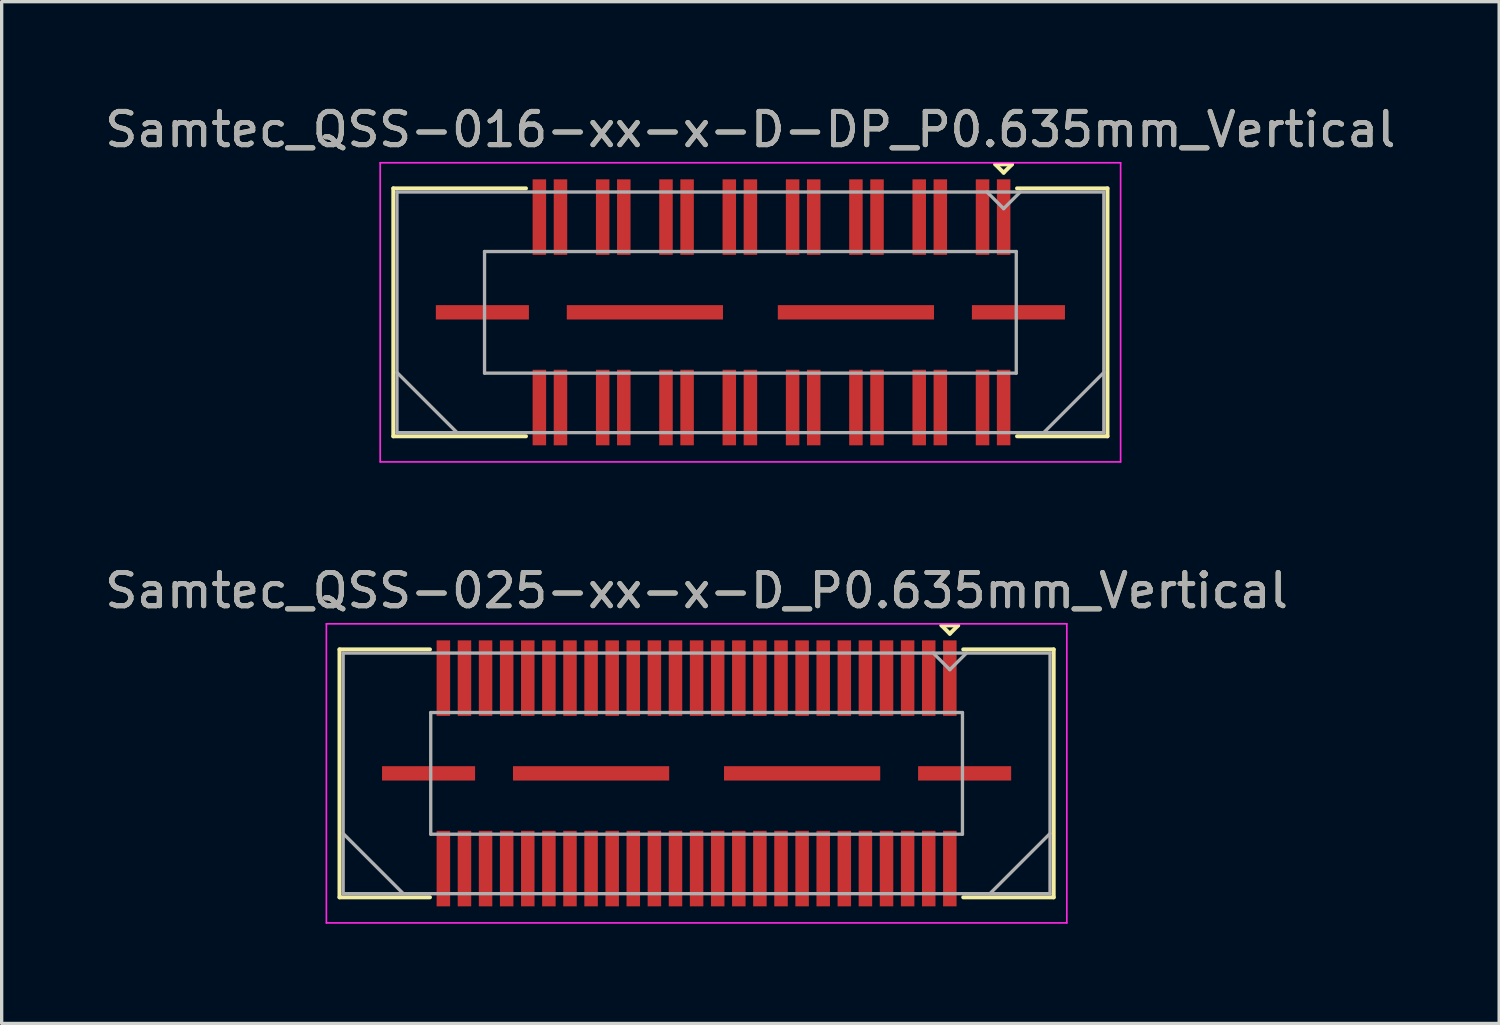
<source format=kicad_pcb>
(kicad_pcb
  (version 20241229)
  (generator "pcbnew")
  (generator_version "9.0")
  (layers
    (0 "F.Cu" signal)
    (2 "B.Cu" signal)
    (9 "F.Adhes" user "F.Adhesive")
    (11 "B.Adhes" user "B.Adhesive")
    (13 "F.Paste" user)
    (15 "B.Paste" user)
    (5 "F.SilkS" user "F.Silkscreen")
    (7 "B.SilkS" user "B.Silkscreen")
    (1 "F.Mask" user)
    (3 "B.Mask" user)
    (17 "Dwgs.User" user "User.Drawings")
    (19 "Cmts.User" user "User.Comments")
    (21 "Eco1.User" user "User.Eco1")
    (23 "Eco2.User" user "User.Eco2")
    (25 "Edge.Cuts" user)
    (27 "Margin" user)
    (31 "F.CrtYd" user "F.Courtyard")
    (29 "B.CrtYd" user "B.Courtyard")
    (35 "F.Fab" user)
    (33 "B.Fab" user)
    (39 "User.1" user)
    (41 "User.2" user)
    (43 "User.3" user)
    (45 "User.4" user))
  (footprint "Samtec_QSS-025-xx-x-D_P0.635mm_Vertical"
    (layer "F.Cu")
    (at 17.911 20.221)
    (property "Reference" "Samtec_QSS-025-xx-x-D_P0.635mm_Vertical" (at 0 -5.5 0) (layer "F.SilkS") (effects (font (size 1 1) (thickness 0.15))))
    (attr smd)
    (fp_line (start -10.745 -3.73) (end -8.023 -3.73) (stroke (width 0.12) (type solid)) (layer "F.SilkS"))
    (fp_line (start -10.745 3.73) (end -10.745 -3.73) (stroke (width 0.12) (type solid)) (layer "F.SilkS"))
    (fp_line (start -8.023 3.73) (end -10.745 3.73) (stroke (width 0.12) (type solid)) (layer "F.SilkS"))
    (fp_line (start 7.37 -4.452) (end 7.87 -4.452) (stroke (width 0.12) (type solid)) (layer "F.SilkS"))
    (fp_line (start 7.62 -4.202) (end 7.37 -4.452) (stroke (width 0.12) (type solid)) (layer "F.SilkS"))
    (fp_line (start 7.87 -4.452) (end 7.62 -4.202) (stroke (width 0.12) (type solid)) (layer "F.SilkS"))
    (fp_line (start 8.023 3.73) (end 10.745 3.73) (stroke (width 0.12) (type solid)) (layer "F.SilkS"))
    (fp_line (start 10.745 -3.73) (end 8.023 -3.73) (stroke (width 0.12) (type solid)) (layer "F.SilkS"))
    (fp_line (start 10.745 3.73) (end 10.745 -3.73) (stroke (width 0.12) (type solid)) (layer "F.SilkS"))
    (fp_line (start -11.14 -4.5) (end -11.14 4.5) (stroke (width 0.05) (type solid)) (layer "F.CrtYd"))
    (fp_line (start -11.14 4.5) (end 11.14 4.5) (stroke (width 0.05) (type solid)) (layer "F.CrtYd"))
    (fp_line (start 11.14 -4.5) (end -11.14 -4.5) (stroke (width 0.05) (type solid)) (layer "F.CrtYd"))
    (fp_line (start 11.14 4.5) (end 11.14 -4.5) (stroke (width 0.05) (type solid)) (layer "F.CrtYd"))
    (fp_line (start -10.635 -3.62) (end -10.635 3.62) (stroke (width 0.1) (type solid)) (layer "F.Fab"))
    (fp_line (start -10.635 1.81) (end -8.825 3.62) (stroke (width 0.1) (type solid)) (layer "F.Fab"))
    (fp_line (start -10.635 3.62) (end 10.635 3.62) (stroke (width 0.1) (type solid)) (layer "F.Fab"))
    (fp_line (start -8 -1.83) (end -8 1.83) (stroke (width 0.1) (type solid)) (layer "F.Fab"))
    (fp_line (start -8 1.83) (end 8 1.83) (stroke (width 0.1) (type solid)) (layer "F.Fab"))
    (fp_line (start 7.62 -3.12) (end 7.12 -3.62) (stroke (width 0.1) (type solid)) (layer "F.Fab"))
    (fp_line (start 8 -1.83) (end -8 -1.83) (stroke (width 0.1) (type solid)) (layer "F.Fab"))
    (fp_line (start 8 1.83) (end 8 -1.83) (stroke (width 0.1) (type solid)) (layer "F.Fab"))
    (fp_line (start 8.12 -3.62) (end 7.62 -3.12) (stroke (width 0.1) (type solid)) (layer "F.Fab"))
    (fp_line (start 10.635 -3.62) (end -10.635 -3.62) (stroke (width 0.1) (type solid)) (layer "F.Fab"))
    (fp_line (start 10.635 1.81) (end 8.825 3.62) (stroke (width 0.1) (type solid)) (layer "F.Fab"))
    (fp_line (start 10.635 3.62) (end 10.635 -3.62) (stroke (width 0.1) (type solid)) (layer "F.Fab"))
    (fp_text user "${REFERENCE}" (at 0 -5.5 0) (layer "F.Fab") (effects (font (size 1 1) (thickness 0.15))))
    (pad "1" smd rect (at 7.62 -2.865) (size 0.406 2.273) (layers "F.Cu" "F.Mask" "F.Paste"))
    (pad "2" smd rect (at 7.62 2.865) (size 0.406 2.273) (layers "F.Cu" "F.Mask" "F.Paste"))
    (pad "3" smd rect (at 6.985 -2.865) (size 0.406 2.273) (layers "F.Cu" "F.Mask" "F.Paste"))
    (pad "4" smd rect (at 6.985 2.865) (size 0.406 2.273) (layers "F.Cu" "F.Mask" "F.Paste"))
    (pad "5" smd rect (at 6.35 -2.865) (size 0.406 2.273) (layers "F.Cu" "F.Mask" "F.Paste"))
    (pad "6" smd rect (at 6.35 2.865) (size 0.406 2.273) (layers "F.Cu" "F.Mask" "F.Paste"))
    (pad "7" smd rect (at 5.715 -2.865) (size 0.406 2.273) (layers "F.Cu" "F.Mask" "F.Paste"))
    (pad "8" smd rect (at 5.715 2.865) (size 0.406 2.273) (layers "F.Cu" "F.Mask" "F.Paste"))
    (pad "9" smd rect (at 5.08 -2.865) (size 0.406 2.273) (layers "F.Cu" "F.Mask" "F.Paste"))
    (pad "10" smd rect (at 5.08 2.865) (size 0.406 2.273) (layers "F.Cu" "F.Mask" "F.Paste"))
    (pad "11" smd rect (at 4.445 -2.865) (size 0.406 2.273) (layers "F.Cu" "F.Mask" "F.Paste"))
    (pad "12" smd rect (at 4.445 2.865) (size 0.406 2.273) (layers "F.Cu" "F.Mask" "F.Paste"))
    (pad "13" smd rect (at 3.81 -2.865) (size 0.406 2.273) (layers "F.Cu" "F.Mask" "F.Paste"))
    (pad "14" smd rect (at 3.81 2.865) (size 0.406 2.273) (layers "F.Cu" "F.Mask" "F.Paste"))
    (pad "15" smd rect (at 3.175 -2.865) (size 0.406 2.273) (layers "F.Cu" "F.Mask" "F.Paste"))
    (pad "16" smd rect (at 3.175 2.865) (size 0.406 2.273) (layers "F.Cu" "F.Mask" "F.Paste"))
    (pad "17" smd rect (at 2.54 -2.865) (size 0.406 2.273) (layers "F.Cu" "F.Mask" "F.Paste"))
    (pad "18" smd rect (at 2.54 2.865) (size 0.406 2.273) (layers "F.Cu" "F.Mask" "F.Paste"))
    (pad "19" smd rect (at 1.905 -2.865) (size 0.406 2.273) (layers "F.Cu" "F.Mask" "F.Paste"))
    (pad "20" smd rect (at 1.905 2.865) (size 0.406 2.273) (layers "F.Cu" "F.Mask" "F.Paste"))
    (pad "21" smd rect (at 1.27 -2.865) (size 0.406 2.273) (layers "F.Cu" "F.Mask" "F.Paste"))
    (pad "22" smd rect (at 1.27 2.865) (size 0.406 2.273) (layers "F.Cu" "F.Mask" "F.Paste"))
    (pad "23" smd rect (at 0.635 -2.865) (size 0.406 2.273) (layers "F.Cu" "F.Mask" "F.Paste"))
    (pad "24" smd rect (at 0.635 2.865) (size 0.406 2.273) (layers "F.Cu" "F.Mask" "F.Paste"))
    (pad "25" smd rect (at 0 -2.865) (size 0.406 2.273) (layers "F.Cu" "F.Mask" "F.Paste"))
    (pad "26" smd rect (at 0 2.865) (size 0.406 2.273) (layers "F.Cu" "F.Mask" "F.Paste"))
    (pad "27" smd rect (at -0.635 -2.865) (size 0.406 2.273) (layers "F.Cu" "F.Mask" "F.Paste"))
    (pad "28" smd rect (at -0.635 2.865) (size 0.406 2.273) (layers "F.Cu" "F.Mask" "F.Paste"))
    (pad "29" smd rect (at -1.27 -2.865) (size 0.406 2.273) (layers "F.Cu" "F.Mask" "F.Paste"))
    (pad "30" smd rect (at -1.27 2.865) (size 0.406 2.273) (layers "F.Cu" "F.Mask" "F.Paste"))
    (pad "31" smd rect (at -1.905 -2.865) (size 0.406 2.273) (layers "F.Cu" "F.Mask" "F.Paste"))
    (pad "32" smd rect (at -1.905 2.865) (size 0.406 2.273) (layers "F.Cu" "F.Mask" "F.Paste"))
    (pad "33" smd rect (at -2.54 -2.865) (size 0.406 2.273) (layers "F.Cu" "F.Mask" "F.Paste"))
    (pad "34" smd rect (at -2.54 2.865) (size 0.406 2.273) (layers "F.Cu" "F.Mask" "F.Paste"))
    (pad "35" smd rect (at -3.175 -2.865) (size 0.406 2.273) (layers "F.Cu" "F.Mask" "F.Paste"))
    (pad "36" smd rect (at -3.175 2.865) (size 0.406 2.273) (layers "F.Cu" "F.Mask" "F.Paste"))
    (pad "37" smd rect (at -3.81 -2.865) (size 0.406 2.273) (layers "F.Cu" "F.Mask" "F.Paste"))
    (pad "38" smd rect (at -3.81 2.865) (size 0.406 2.273) (layers "F.Cu" "F.Mask" "F.Paste"))
    (pad "39" smd rect (at -4.445 -2.865) (size 0.406 2.273) (layers "F.Cu" "F.Mask" "F.Paste"))
    (pad "40" smd rect (at -4.445 2.865) (size 0.406 2.273) (layers "F.Cu" "F.Mask" "F.Paste"))
    (pad "41" smd rect (at -5.08 -2.865) (size 0.406 2.273) (layers "F.Cu" "F.Mask" "F.Paste"))
    (pad "42" smd rect (at -5.08 2.865) (size 0.406 2.273) (layers "F.Cu" "F.Mask" "F.Paste"))
    (pad "43" smd rect (at -5.715 -2.865) (size 0.406 2.273) (layers "F.Cu" "F.Mask" "F.Paste"))
    (pad "44" smd rect (at -5.715 2.865) (size 0.406 2.273) (layers "F.Cu" "F.Mask" "F.Paste"))
    (pad "45" smd rect (at -6.35 -2.865) (size 0.406 2.273) (layers "F.Cu" "F.Mask" "F.Paste"))
    (pad "46" smd rect (at -6.35 2.865) (size 0.406 2.273) (layers "F.Cu" "F.Mask" "F.Paste"))
    (pad "47" smd rect (at -6.985 -2.865) (size 0.406 2.273) (layers "F.Cu" "F.Mask" "F.Paste"))
    (pad "48" smd rect (at -6.985 2.865) (size 0.406 2.273) (layers "F.Cu" "F.Mask" "F.Paste"))
    (pad "49" smd rect (at -7.62 -2.865) (size 0.406 2.273) (layers "F.Cu" "F.Mask" "F.Paste"))
    (pad "50" smd rect (at -7.62 2.865) (size 0.406 2.273) (layers "F.Cu" "F.Mask" "F.Paste"))
    (pad "P1" smd rect (at -8.065 0) (size 2.8 0.432) (layers "F.Cu" "F.Mask" "F.Paste"))
    (pad "P1" smd rect (at -3.175 0) (size 4.7 0.432) (layers "F.Cu" "F.Mask" "F.Paste"))
    (pad "P1" smd rect (at 3.175 0) (size 4.7 0.432) (layers "F.Cu" "F.Mask" "F.Paste"))
    (pad "P1" smd rect (at 8.065 0) (size 2.8 0.432) (layers "F.Cu" "F.Mask" "F.Paste")))
  (footprint "Samtec_QSS-016-xx-x-D-DP_P0.635mm_Vertical"
    (layer "F.Cu")
    (at 19.53 6.348)
    (property "Reference" "Samtec_QSS-016-xx-x-D-DP_P0.635mm_Vertical" (at 0 -5.5 0) (layer "F.SilkS") (effects (font (size 1 1) (thickness 0.15))))
    (attr smd)
    (fp_line (start -10.745 -3.73) (end -6.753 -3.73) (stroke (width 0.12) (type solid)) (layer "F.SilkS"))
    (fp_line (start -10.745 3.73) (end -10.745 -3.73) (stroke (width 0.12) (type solid)) (layer "F.SilkS"))
    (fp_line (start -6.753 3.73) (end -10.745 3.73) (stroke (width 0.12) (type solid)) (layer "F.SilkS"))
    (fp_line (start 7.37 -4.452) (end 7.87 -4.452) (stroke (width 0.12) (type solid)) (layer "F.SilkS"))
    (fp_line (start 7.62 -4.202) (end 7.37 -4.452) (stroke (width 0.12) (type solid)) (layer "F.SilkS"))
    (fp_line (start 7.87 -4.452) (end 7.62 -4.202) (stroke (width 0.12) (type solid)) (layer "F.SilkS"))
    (fp_line (start 8.023 3.73) (end 10.745 3.73) (stroke (width 0.12) (type solid)) (layer "F.SilkS"))
    (fp_line (start 10.745 -3.73) (end 8.023 -3.73) (stroke (width 0.12) (type solid)) (layer "F.SilkS"))
    (fp_line (start 10.745 3.73) (end 10.745 -3.73) (stroke (width 0.12) (type solid)) (layer "F.SilkS"))
    (fp_line (start -11.14 -4.5) (end -11.14 4.5) (stroke (width 0.05) (type solid)) (layer "F.CrtYd"))
    (fp_line (start -11.14 4.5) (end 11.14 4.5) (stroke (width 0.05) (type solid)) (layer "F.CrtYd"))
    (fp_line (start 11.14 -4.5) (end -11.14 -4.5) (stroke (width 0.05) (type solid)) (layer "F.CrtYd"))
    (fp_line (start 11.14 4.5) (end 11.14 -4.5) (stroke (width 0.05) (type solid)) (layer "F.CrtYd"))
    (fp_line (start -10.635 -3.62) (end -10.635 3.62) (stroke (width 0.1) (type solid)) (layer "F.Fab"))
    (fp_line (start -10.635 1.81) (end -8.825 3.62) (stroke (width 0.1) (type solid)) (layer "F.Fab"))
    (fp_line (start -10.635 3.62) (end 10.635 3.62) (stroke (width 0.1) (type solid)) (layer "F.Fab"))
    (fp_line (start -8 -1.83) (end -8 1.83) (stroke (width 0.1) (type solid)) (layer "F.Fab"))
    (fp_line (start -8 1.83) (end 8 1.83) (stroke (width 0.1) (type solid)) (layer "F.Fab"))
    (fp_line (start 7.62 -3.12) (end 7.12 -3.62) (stroke (width 0.1) (type solid)) (layer "F.Fab"))
    (fp_line (start 8 -1.83) (end -8 -1.83) (stroke (width 0.1) (type solid)) (layer "F.Fab"))
    (fp_line (start 8 1.83) (end 8 -1.83) (stroke (width 0.1) (type solid)) (layer "F.Fab"))
    (fp_line (start 8.12 -3.62) (end 7.62 -3.12) (stroke (width 0.1) (type solid)) (layer "F.Fab"))
    (fp_line (start 10.635 -3.62) (end -10.635 -3.62) (stroke (width 0.1) (type solid)) (layer "F.Fab"))
    (fp_line (start 10.635 1.81) (end 8.825 3.62) (stroke (width 0.1) (type solid)) (layer "F.Fab"))
    (fp_line (start 10.635 3.62) (end 10.635 -3.62) (stroke (width 0.1) (type solid)) (layer "F.Fab"))
    (fp_text user "${REFERENCE}" (at 0 -5.5 0) (layer "F.Fab") (effects (font (size 1 1) (thickness 0.15))))
    (pad "1" smd rect (at 7.62 -2.865) (size 0.406 2.273) (layers "F.Cu" "F.Mask" "F.Paste"))
    (pad "2" smd rect (at 7.62 2.865) (size 0.406 2.273) (layers "F.Cu" "F.Mask" "F.Paste"))
    (pad "3" smd rect (at 6.985 -2.865) (size 0.406 2.273) (layers "F.Cu" "F.Mask" "F.Paste"))
    (pad "4" smd rect (at 6.985 2.865) (size 0.406 2.273) (layers "F.Cu" "F.Mask" "F.Paste"))
    (pad "5" smd rect (at 5.715 -2.865) (size 0.406 2.273) (layers "F.Cu" "F.Mask" "F.Paste"))
    (pad "6" smd rect (at 5.715 2.865) (size 0.406 2.273) (layers "F.Cu" "F.Mask" "F.Paste"))
    (pad "7" smd rect (at 5.08 -2.865) (size 0.406 2.273) (layers "F.Cu" "F.Mask" "F.Paste"))
    (pad "8" smd rect (at 5.08 2.865) (size 0.406 2.273) (layers "F.Cu" "F.Mask" "F.Paste"))
    (pad "9" smd rect (at 3.81 -2.865) (size 0.406 2.273) (layers "F.Cu" "F.Mask" "F.Paste"))
    (pad "10" smd rect (at 3.81 2.865) (size 0.406 2.273) (layers "F.Cu" "F.Mask" "F.Paste"))
    (pad "11" smd rect (at 3.175 -2.865) (size 0.406 2.273) (layers "F.Cu" "F.Mask" "F.Paste"))
    (pad "12" smd rect (at 3.175 2.865) (size 0.406 2.273) (layers "F.Cu" "F.Mask" "F.Paste"))
    (pad "13" smd rect (at 1.905 -2.865) (size 0.406 2.273) (layers "F.Cu" "F.Mask" "F.Paste"))
    (pad "14" smd rect (at 1.905 2.865) (size 0.406 2.273) (layers "F.Cu" "F.Mask" "F.Paste"))
    (pad "15" smd rect (at 1.27 -2.865) (size 0.406 2.273) (layers "F.Cu" "F.Mask" "F.Paste"))
    (pad "16" smd rect (at 1.27 2.865) (size 0.406 2.273) (layers "F.Cu" "F.Mask" "F.Paste"))
    (pad "17" smd rect (at 0 -2.865) (size 0.406 2.273) (layers "F.Cu" "F.Mask" "F.Paste"))
    (pad "18" smd rect (at 0 2.865) (size 0.406 2.273) (layers "F.Cu" "F.Mask" "F.Paste"))
    (pad "19" smd rect (at -0.635 -2.865) (size 0.406 2.273) (layers "F.Cu" "F.Mask" "F.Paste"))
    (pad "20" smd rect (at -0.635 2.865) (size 0.406 2.273) (layers "F.Cu" "F.Mask" "F.Paste"))
    (pad "21" smd rect (at -1.905 -2.865) (size 0.406 2.273) (layers "F.Cu" "F.Mask" "F.Paste"))
    (pad "22" smd rect (at -1.905 2.865) (size 0.406 2.273) (layers "F.Cu" "F.Mask" "F.Paste"))
    (pad "23" smd rect (at -2.54 -2.865) (size 0.406 2.273) (layers "F.Cu" "F.Mask" "F.Paste"))
    (pad "24" smd rect (at -2.54 2.865) (size 0.406 2.273) (layers "F.Cu" "F.Mask" "F.Paste"))
    (pad "25" smd rect (at -3.81 -2.865) (size 0.406 2.273) (layers "F.Cu" "F.Mask" "F.Paste"))
    (pad "26" smd rect (at -3.81 2.865) (size 0.406 2.273) (layers "F.Cu" "F.Mask" "F.Paste"))
    (pad "27" smd rect (at -4.445 -2.865) (size 0.406 2.273) (layers "F.Cu" "F.Mask" "F.Paste"))
    (pad "28" smd rect (at -4.445 2.865) (size 0.406 2.273) (layers "F.Cu" "F.Mask" "F.Paste"))
    (pad "29" smd rect (at -5.715 -2.865) (size 0.406 2.273) (layers "F.Cu" "F.Mask" "F.Paste"))
    (pad "30" smd rect (at -5.715 2.865) (size 0.406 2.273) (layers "F.Cu" "F.Mask" "F.Paste"))
    (pad "31" smd rect (at -6.35 -2.865) (size 0.406 2.273) (layers "F.Cu" "F.Mask" "F.Paste"))
    (pad "32" smd rect (at -6.35 2.865) (size 0.406 2.273) (layers "F.Cu" "F.Mask" "F.Paste"))
    (pad "P1" smd rect (at -8.065 0) (size 2.8 0.432) (layers "F.Cu" "F.Mask" "F.Paste"))
    (pad "P1" smd rect (at -3.175 0) (size 4.7 0.432) (layers "F.Cu" "F.Mask" "F.Paste"))
    (pad "P1" smd rect (at 3.175 0) (size 4.7 0.432) (layers "F.Cu" "F.Mask" "F.Paste"))
    (pad "P1" smd rect (at 8.065 0) (size 2.8 0.432) (layers "F.Cu" "F.Mask" "F.Paste")))
  (gr_rect
    (start -3 -3)
    (end 42.06 27.747)
    (stroke (width 0.1) (type default))
    (fill no)
    (layer "Edge.Cuts")))
</source>
